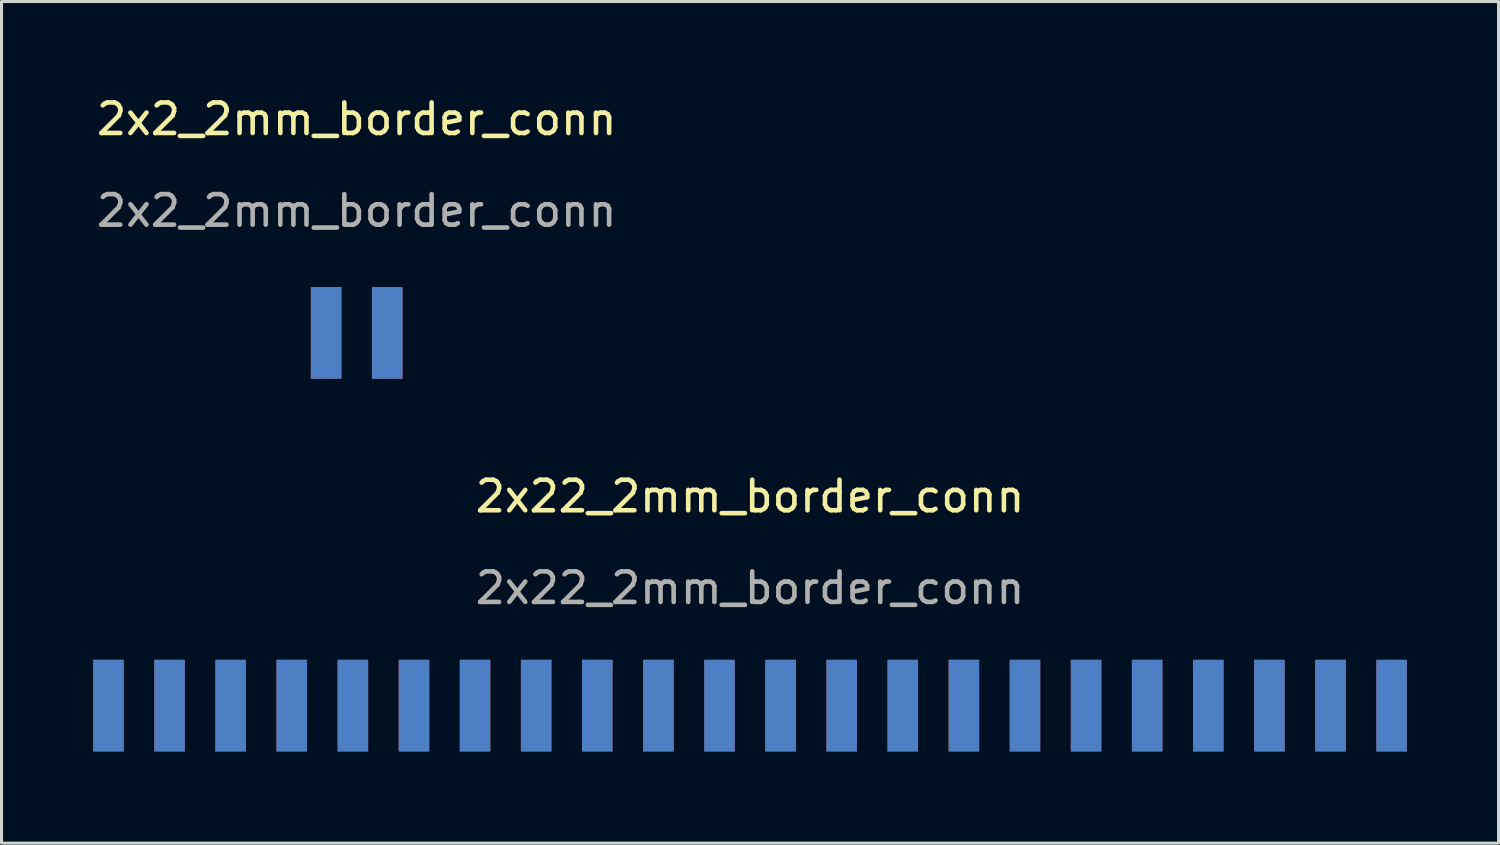
<source format=kicad_pcb>
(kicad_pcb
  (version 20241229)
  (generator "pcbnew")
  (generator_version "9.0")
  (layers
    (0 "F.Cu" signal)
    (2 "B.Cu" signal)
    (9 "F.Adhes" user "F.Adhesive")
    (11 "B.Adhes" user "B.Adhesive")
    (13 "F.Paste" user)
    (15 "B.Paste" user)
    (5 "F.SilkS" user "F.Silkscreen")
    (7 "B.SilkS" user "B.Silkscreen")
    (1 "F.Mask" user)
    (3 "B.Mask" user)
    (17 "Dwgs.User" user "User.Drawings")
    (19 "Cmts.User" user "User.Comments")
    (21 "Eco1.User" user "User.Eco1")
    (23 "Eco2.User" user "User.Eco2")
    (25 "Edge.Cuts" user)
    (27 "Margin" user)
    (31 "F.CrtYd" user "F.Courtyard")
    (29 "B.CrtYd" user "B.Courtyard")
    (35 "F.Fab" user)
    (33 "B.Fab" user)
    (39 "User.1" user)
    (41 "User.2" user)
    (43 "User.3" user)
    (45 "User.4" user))
  (footprint "2x22_2mm_border_conn"
    (layer "F.Cu")
    (at 21.5 13.697)
    (property "Reference" "2x22_2mm_border_conn" (at 0 -0.5 0) (unlocked yes) (layer "F.SilkS") (effects (font (size 1 1) (thickness 0.15))))
    (attr smd)
    (fp_text user "${REFERENCE}" (at 0 2.5 0) (unlocked yes) (layer "F.Fab") (effects (font (size 1 1) (thickness 0.15))))
    (pad "1" smd rect (at -21 6.35) (size 1 3) (layers "F.Cu" "F.Mask" "F.Paste"))
    (pad "2" smd rect (at -21 6.35) (size 1 3) (layers "B.Cu" "B.Mask" "B.Paste"))
    (pad "3" smd rect (at -19 6.35) (size 1 3) (layers "F.Cu" "F.Mask" "F.Paste"))
    (pad "4" smd rect (at -19 6.35) (size 1 3) (layers "B.Cu" "B.Mask" "B.Paste"))
    (pad "5" smd rect (at -17 6.35) (size 1 3) (layers "F.Cu" "F.Mask" "F.Paste"))
    (pad "6" smd rect (at -17 6.35) (size 1 3) (layers "B.Cu" "B.Mask" "B.Paste"))
    (pad "7" smd rect (at -15 6.35) (size 1 3) (layers "F.Cu" "F.Mask" "F.Paste"))
    (pad "8" smd rect (at -15 6.35) (size 1 3) (layers "B.Cu" "B.Mask" "B.Paste"))
    (pad "9" smd rect (at -13 6.35) (size 1 3) (layers "F.Cu" "F.Mask" "F.Paste"))
    (pad "10" smd rect (at -13 6.35) (size 1 3) (layers "B.Cu" "B.Mask" "B.Paste"))
    (pad "11" smd rect (at -11 6.35) (size 1 3) (layers "F.Cu" "F.Mask" "F.Paste"))
    (pad "12" smd rect (at -11 6.35) (size 1 3) (layers "B.Cu" "B.Mask" "B.Paste"))
    (pad "13" smd rect (at -9 6.35) (size 1 3) (layers "F.Cu" "F.Mask" "F.Paste"))
    (pad "14" smd rect (at -9 6.35) (size 1 3) (layers "B.Cu" "B.Mask" "B.Paste"))
    (pad "15" smd rect (at -7 6.35) (size 1 3) (layers "F.Cu" "F.Mask" "F.Paste"))
    (pad "16" smd rect (at -7 6.35) (size 1 3) (layers "B.Cu" "B.Mask" "B.Paste"))
    (pad "17" smd rect (at -5 6.35) (size 1 3) (layers "F.Cu" "F.Mask" "F.Paste"))
    (pad "18" smd rect (at -5 6.35) (size 1 3) (layers "B.Cu" "B.Mask" "B.Paste"))
    (pad "19" smd rect (at -3 6.35) (size 1 3) (layers "F.Cu" "F.Mask" "F.Paste"))
    (pad "20" smd rect (at -3 6.35) (size 1 3) (layers "B.Cu" "B.Mask" "B.Paste"))
    (pad "21" smd rect (at -1 6.35) (size 1 3) (layers "F.Cu" "F.Mask" "F.Paste"))
    (pad "22" smd rect (at -1 6.35) (size 1 3) (layers "B.Cu" "B.Mask" "B.Paste"))
    (pad "23" smd rect (at 1 6.35) (size 1 3) (layers "F.Cu" "F.Mask" "F.Paste"))
    (pad "24" smd rect (at 1 6.35) (size 1 3) (layers "B.Cu" "B.Mask" "B.Paste"))
    (pad "25" smd rect (at 3 6.35) (size 1 3) (layers "F.Cu" "F.Mask" "F.Paste"))
    (pad "26" smd rect (at 3 6.35) (size 1 3) (layers "B.Cu" "B.Mask" "B.Paste"))
    (pad "27" smd rect (at 5 6.35) (size 1 3) (layers "F.Cu" "F.Mask" "F.Paste"))
    (pad "28" smd rect (at 5 6.35) (size 1 3) (layers "B.Cu" "B.Mask" "B.Paste"))
    (pad "29" smd rect (at 7 6.35) (size 1 3) (layers "F.Cu" "F.Mask" "F.Paste"))
    (pad "30" smd rect (at 7 6.35) (size 1 3) (layers "B.Cu" "B.Mask" "B.Paste"))
    (pad "31" smd rect (at 9 6.35) (size 1 3) (layers "F.Cu" "F.Mask" "F.Paste"))
    (pad "32" smd rect (at 9 6.35) (size 1 3) (layers "B.Cu" "B.Mask" "B.Paste"))
    (pad "33" smd rect (at 11 6.35) (size 1 3) (layers "F.Cu" "F.Mask" "F.Paste"))
    (pad "34" smd rect (at 11 6.35) (size 1 3) (layers "B.Cu" "B.Mask" "B.Paste"))
    (pad "35" smd rect (at 13 6.35) (size 1 3) (layers "F.Cu" "F.Mask" "F.Paste"))
    (pad "36" smd rect (at 13 6.35) (size 1 3) (layers "B.Cu" "B.Mask" "B.Paste"))
    (pad "37" smd rect (at 15 6.35) (size 1 3) (layers "F.Cu" "F.Mask" "F.Paste"))
    (pad "38" smd rect (at 15 6.35) (size 1 3) (layers "B.Cu" "B.Mask" "B.Paste"))
    (pad "39" smd rect (at 17 6.35) (size 1 3) (layers "F.Cu" "F.Mask" "F.Paste"))
    (pad "40" smd rect (at 17 6.35) (size 1 3) (layers "B.Cu" "B.Mask" "B.Paste"))
    (pad "41" smd rect (at 19 6.35) (size 1 3) (layers "F.Cu" "F.Mask" "F.Paste"))
    (pad "42" smd rect (at 19 6.35) (size 1 3) (layers "B.Cu" "B.Mask" "B.Paste"))
    (pad "43" smd rect (at 21 6.35) (size 1 3) (layers "F.Cu" "F.Mask" "F.Paste"))
    (pad "44" smd rect (at 21 6.35) (size 1 3) (layers "B.Cu" "B.Mask" "B.Paste")))
  (footprint "2x2_2mm_border_conn"
    (layer "F.Cu")
    (at 8.625 1.348)
    (property "Reference" "2x2_2mm_border_conn" (at 0 -0.5 0) (unlocked yes) (layer "F.SilkS") (effects (font (size 1 1) (thickness 0.15))))
    (attr smd)
    (fp_text user "${REFERENCE}" (at 0 2.5 0) (unlocked yes) (layer "F.Fab") (effects (font (size 1 1) (thickness 0.15))))
    (pad "1" smd rect (at -1 6.5) (size 1 3) (layers "F.Cu" "F.Mask" "F.Paste"))
    (pad "2" smd rect (at -1 6.5) (size 1 3) (layers "B.Cu" "B.Mask" "B.Paste"))
    (pad "3" smd rect (at 1 6.5) (size 1 3) (layers "F.Cu" "F.Mask" "F.Paste"))
    (pad "4" smd rect (at 1 6.5) (size 1 3) (layers "B.Cu" "B.Mask" "B.Paste")))
  (gr_rect
    (start -3 -3)
    (end 46 24.547)
    (stroke (width 0.1) (type default))
    (fill no)
    (layer "Edge.Cuts")))
</source>
